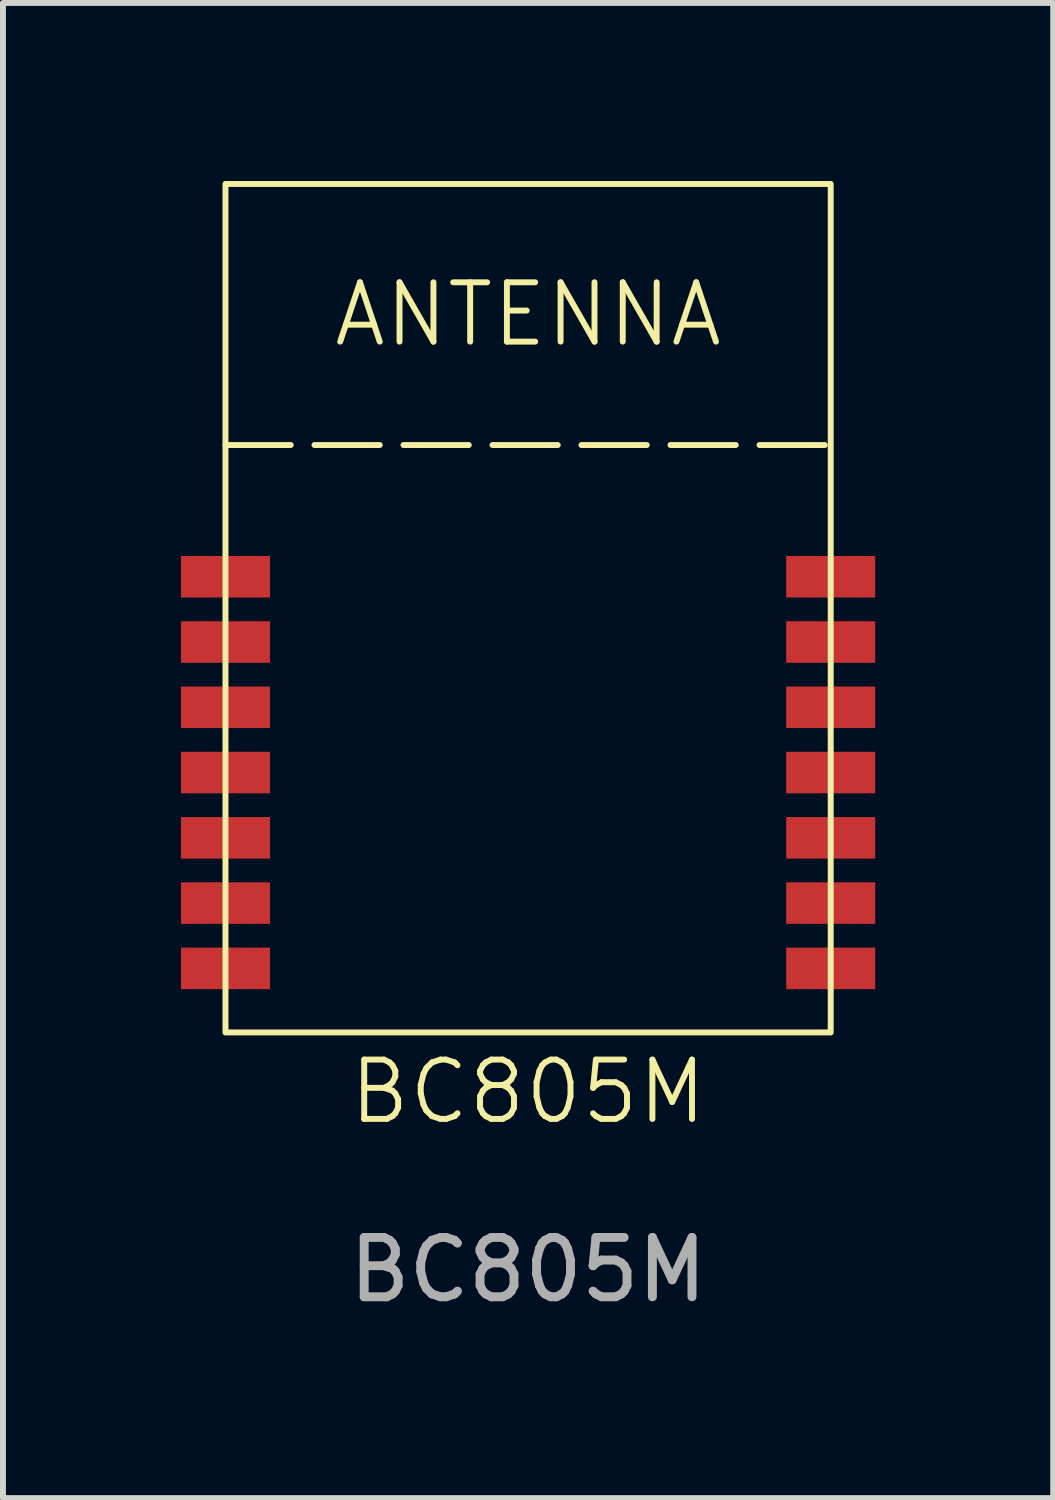
<source format=kicad_pcb>
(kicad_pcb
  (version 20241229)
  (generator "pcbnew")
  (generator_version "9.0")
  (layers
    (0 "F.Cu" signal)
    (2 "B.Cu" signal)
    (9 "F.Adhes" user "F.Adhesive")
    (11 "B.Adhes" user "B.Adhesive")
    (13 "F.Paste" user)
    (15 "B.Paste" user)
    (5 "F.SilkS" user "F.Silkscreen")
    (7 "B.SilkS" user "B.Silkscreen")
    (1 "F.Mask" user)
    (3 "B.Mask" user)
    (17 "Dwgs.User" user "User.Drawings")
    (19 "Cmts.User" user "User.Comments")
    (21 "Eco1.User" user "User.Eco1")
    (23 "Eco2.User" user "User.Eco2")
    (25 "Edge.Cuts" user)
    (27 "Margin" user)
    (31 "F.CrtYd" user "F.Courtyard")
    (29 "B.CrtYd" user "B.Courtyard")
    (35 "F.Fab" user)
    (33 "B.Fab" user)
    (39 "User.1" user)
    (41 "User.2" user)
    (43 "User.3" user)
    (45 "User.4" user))
  (footprint "BC805M"
    (layer "F.Cu")
    (at 0.75 6.67)
    (property "Reference" "BC805M" (at 5.1 8.68 0) (unlocked yes) (layer "F.SilkS") (effects (font (size 1 1) (thickness 0.1))))
    (attr smd)
    (fp_line (start 0 -2.22) (end 10.2 -2.22) (stroke (width 0.1) (type dash)) (layer "F.SilkS"))
    (fp_rect (start 0 -6.62) (end 10.2 7.68) (stroke (width 0.1) (type default)) (fill no) (layer "F.SilkS"))
    (fp_text user "ANTENNA" (at 5.1 -4.42 0) (unlocked yes) (layer "F.SilkS") (effects (font (size 1 1) (thickness 0.1))))
    (fp_text user "${REFERENCE}" (at 5.1 11.68 0) (unlocked yes) (layer "F.Fab") (effects (font (size 1 1) (thickness 0.15))))
    (pad "1" smd rect (at 0 0) (size 1.5 0.7) (layers "F.Cu" "F.Mask" "F.Paste"))
    (pad "2" smd rect (at 0 1.1) (size 1.5 0.7) (layers "F.Cu" "F.Mask" "F.Paste"))
    (pad "3" smd rect (at 0 2.2) (size 1.5 0.7) (layers "F.Cu" "F.Mask" "F.Paste"))
    (pad "4" smd rect (at 0 3.3) (size 1.5 0.7) (layers "F.Cu" "F.Mask" "F.Paste"))
    (pad "5" smd rect (at 0 4.4) (size 1.5 0.7) (layers "F.Cu" "F.Mask" "F.Paste"))
    (pad "6" smd rect (at 0 5.5) (size 1.5 0.7) (layers "F.Cu" "F.Mask" "F.Paste"))
    (pad "7" smd rect (at 0 6.6) (size 1.5 0.7) (layers "F.Cu" "F.Mask" "F.Paste"))
    (pad "8" smd rect (at 10.2 6.6) (size 1.5 0.7) (layers "F.Cu" "F.Mask" "F.Paste"))
    (pad "9" smd rect (at 10.2 5.5) (size 1.5 0.7) (layers "F.Cu" "F.Mask" "F.Paste"))
    (pad "10" smd rect (at 10.2 4.4) (size 1.5 0.7) (layers "F.Cu" "F.Mask" "F.Paste"))
    (pad "11" smd rect (at 10.2 3.3) (size 1.5 0.7) (layers "F.Cu" "F.Mask" "F.Paste"))
    (pad "12" smd rect (at 10.2 2.2) (size 1.5 0.7) (layers "F.Cu" "F.Mask" "F.Paste"))
    (pad "13" smd rect (at 10.2 1.1) (size 1.5 0.7) (layers "F.Cu" "F.Mask" "F.Paste"))
    (pad "14" smd rect (at 10.2 0) (size 1.5 0.7) (layers "F.Cu" "F.Mask" "F.Paste"))
    (zone (net_name "") (layers "F.Cu" "B.Cu") (name "Antenna Keepout") (hatch full 0.5) (connect_pads) (min_thickness 0.25) (filled_areas_thickness no) (keepout (tracks not_allowed) (vias not_allowed) (pads not_allowed) (copperpour not_allowed) (footprints not_allowed)) (placement (enabled no)) (fill) (polygon (pts (xy 0.75 0.05) (xy 10.95 0.05) (xy 10.95 4.45) (xy 0.75 4.45)))))
  (gr_rect
    (start -3 -3)
    (end 14.7 22.198)
    (stroke (width 0.1) (type default))
    (fill no)
    (layer "Edge.Cuts")))
</source>
